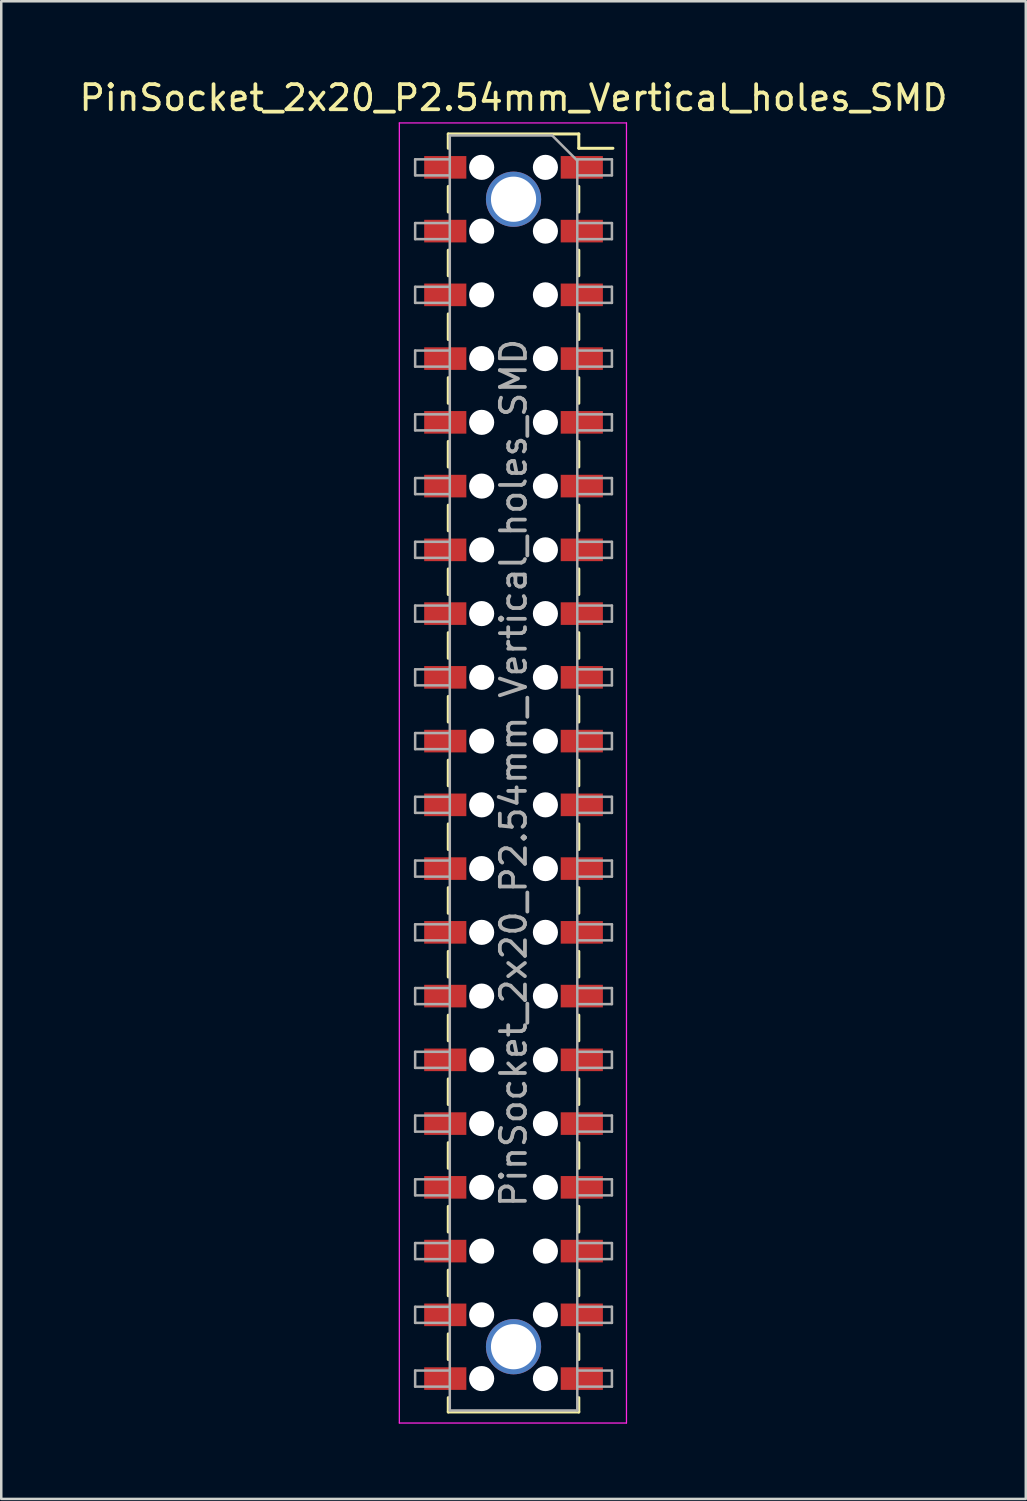
<source format=kicad_pcb>
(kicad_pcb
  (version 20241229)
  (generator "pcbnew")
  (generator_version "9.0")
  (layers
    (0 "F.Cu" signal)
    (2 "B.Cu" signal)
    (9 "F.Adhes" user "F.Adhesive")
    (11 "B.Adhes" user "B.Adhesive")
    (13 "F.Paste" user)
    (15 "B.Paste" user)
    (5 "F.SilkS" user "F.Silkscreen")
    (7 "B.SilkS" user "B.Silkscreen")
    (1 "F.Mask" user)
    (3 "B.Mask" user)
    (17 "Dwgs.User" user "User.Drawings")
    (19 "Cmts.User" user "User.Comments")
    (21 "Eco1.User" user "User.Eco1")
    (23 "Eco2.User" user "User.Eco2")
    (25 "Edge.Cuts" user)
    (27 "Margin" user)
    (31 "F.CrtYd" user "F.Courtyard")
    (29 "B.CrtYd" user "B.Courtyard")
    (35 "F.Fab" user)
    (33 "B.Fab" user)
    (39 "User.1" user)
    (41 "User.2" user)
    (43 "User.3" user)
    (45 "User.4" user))
  (footprint "PinSocket_2x20_P2.54mm_Vertical_holes_SMD"
    (layer "F.Cu")
    (at 17.411 27.748)
    (property "Reference" "PinSocket_2x20_P2.54mm_Vertical_holes_SMD" (at 0 -26.9 0) (layer "F.SilkS") (effects (font (size 1 1) (thickness 0.15))))
    (attr smd)
    (fp_line (start -2.6 -25.46) (end -2.6 -24.89) (stroke (width 0.12) (type solid)) (layer "F.SilkS"))
    (fp_line (start -2.6 -25.46) (end 2.6 -25.46) (stroke (width 0.12) (type solid)) (layer "F.SilkS"))
    (fp_line (start -2.6 -23.37) (end -2.6 -22.35) (stroke (width 0.12) (type solid)) (layer "F.SilkS"))
    (fp_line (start -2.6 -20.83) (end -2.6 -19.81) (stroke (width 0.12) (type solid)) (layer "F.SilkS"))
    (fp_line (start -2.6 -18.29) (end -2.6 -17.27) (stroke (width 0.12) (type solid)) (layer "F.SilkS"))
    (fp_line (start -2.6 -15.75) (end -2.6 -14.73) (stroke (width 0.12) (type solid)) (layer "F.SilkS"))
    (fp_line (start -2.6 -13.21) (end -2.6 -12.19) (stroke (width 0.12) (type solid)) (layer "F.SilkS"))
    (fp_line (start -2.6 -10.67) (end -2.6 -9.65) (stroke (width 0.12) (type solid)) (layer "F.SilkS"))
    (fp_line (start -2.6 -8.13) (end -2.6 -7.11) (stroke (width 0.12) (type solid)) (layer "F.SilkS"))
    (fp_line (start -2.6 -5.59) (end -2.6 -4.57) (stroke (width 0.12) (type solid)) (layer "F.SilkS"))
    (fp_line (start -2.6 -3.05) (end -2.6 -2.03) (stroke (width 0.12) (type solid)) (layer "F.SilkS"))
    (fp_line (start -2.6 -0.51) (end -2.6 0.51) (stroke (width 0.12) (type solid)) (layer "F.SilkS"))
    (fp_line (start -2.6 2.03) (end -2.6 3.05) (stroke (width 0.12) (type solid)) (layer "F.SilkS"))
    (fp_line (start -2.6 4.57) (end -2.6 5.59) (stroke (width 0.12) (type solid)) (layer "F.SilkS"))
    (fp_line (start -2.6 7.11) (end -2.6 8.13) (stroke (width 0.12) (type solid)) (layer "F.SilkS"))
    (fp_line (start -2.6 9.65) (end -2.6 10.67) (stroke (width 0.12) (type solid)) (layer "F.SilkS"))
    (fp_line (start -2.6 12.19) (end -2.6 13.21) (stroke (width 0.12) (type solid)) (layer "F.SilkS"))
    (fp_line (start -2.6 14.73) (end -2.6 15.75) (stroke (width 0.12) (type solid)) (layer "F.SilkS"))
    (fp_line (start -2.6 17.27) (end -2.6 18.29) (stroke (width 0.12) (type solid)) (layer "F.SilkS"))
    (fp_line (start -2.6 19.81) (end -2.6 20.83) (stroke (width 0.12) (type solid)) (layer "F.SilkS"))
    (fp_line (start -2.6 22.35) (end -2.6 23.37) (stroke (width 0.12) (type solid)) (layer "F.SilkS"))
    (fp_line (start -2.6 24.89) (end -2.6 25.46) (stroke (width 0.12) (type solid)) (layer "F.SilkS"))
    (fp_line (start -2.6 25.46) (end 2.6 25.46) (stroke (width 0.12) (type solid)) (layer "F.SilkS"))
    (fp_line (start 2.6 -25.46) (end 2.6 -24.89) (stroke (width 0.12) (type solid)) (layer "F.SilkS"))
    (fp_line (start 2.6 -24.89) (end 3.96 -24.89) (stroke (width 0.12) (type solid)) (layer "F.SilkS"))
    (fp_line (start 2.6 -23.37) (end 2.6 -22.35) (stroke (width 0.12) (type solid)) (layer "F.SilkS"))
    (fp_line (start 2.6 -20.83) (end 2.6 -19.81) (stroke (width 0.12) (type solid)) (layer "F.SilkS"))
    (fp_line (start 2.6 -18.29) (end 2.6 -17.27) (stroke (width 0.12) (type solid)) (layer "F.SilkS"))
    (fp_line (start 2.6 -15.75) (end 2.6 -14.73) (stroke (width 0.12) (type solid)) (layer "F.SilkS"))
    (fp_line (start 2.6 -13.21) (end 2.6 -12.19) (stroke (width 0.12) (type solid)) (layer "F.SilkS"))
    (fp_line (start 2.6 -10.67) (end 2.6 -9.65) (stroke (width 0.12) (type solid)) (layer "F.SilkS"))
    (fp_line (start 2.6 -8.13) (end 2.6 -7.11) (stroke (width 0.12) (type solid)) (layer "F.SilkS"))
    (fp_line (start 2.6 -5.59) (end 2.6 -4.57) (stroke (width 0.12) (type solid)) (layer "F.SilkS"))
    (fp_line (start 2.6 -3.05) (end 2.6 -2.03) (stroke (width 0.12) (type solid)) (layer "F.SilkS"))
    (fp_line (start 2.6 -0.51) (end 2.6 0.51) (stroke (width 0.12) (type solid)) (layer "F.SilkS"))
    (fp_line (start 2.6 2.03) (end 2.6 3.05) (stroke (width 0.12) (type solid)) (layer "F.SilkS"))
    (fp_line (start 2.6 4.57) (end 2.6 5.59) (stroke (width 0.12) (type solid)) (layer "F.SilkS"))
    (fp_line (start 2.6 7.11) (end 2.6 8.13) (stroke (width 0.12) (type solid)) (layer "F.SilkS"))
    (fp_line (start 2.6 9.65) (end 2.6 10.67) (stroke (width 0.12) (type solid)) (layer "F.SilkS"))
    (fp_line (start 2.6 12.19) (end 2.6 13.21) (stroke (width 0.12) (type solid)) (layer "F.SilkS"))
    (fp_line (start 2.6 14.73) (end 2.6 15.75) (stroke (width 0.12) (type solid)) (layer "F.SilkS"))
    (fp_line (start 2.6 17.27) (end 2.6 18.29) (stroke (width 0.12) (type solid)) (layer "F.SilkS"))
    (fp_line (start 2.6 19.81) (end 2.6 20.83) (stroke (width 0.12) (type solid)) (layer "F.SilkS"))
    (fp_line (start 2.6 22.35) (end 2.6 23.37) (stroke (width 0.12) (type solid)) (layer "F.SilkS"))
    (fp_line (start 2.6 24.89) (end 2.6 25.46) (stroke (width 0.12) (type solid)) (layer "F.SilkS"))
    (fp_line (start -4.55 -25.9) (end 4.5 -25.9) (stroke (width 0.05) (type solid)) (layer "F.CrtYd"))
    (fp_line (start -4.55 25.9) (end -4.55 -25.9) (stroke (width 0.05) (type solid)) (layer "F.CrtYd"))
    (fp_line (start 4.5 -25.9) (end 4.5 25.9) (stroke (width 0.05) (type solid)) (layer "F.CrtYd"))
    (fp_line (start 4.5 25.9) (end -4.55 25.9) (stroke (width 0.05) (type solid)) (layer "F.CrtYd"))
    (fp_line (start -3.92 -24.45) (end -2.54 -24.45) (stroke (width 0.1) (type solid)) (layer "F.Fab"))
    (fp_line (start -3.92 -23.81) (end -3.92 -24.45) (stroke (width 0.1) (type solid)) (layer "F.Fab"))
    (fp_line (start -3.92 -21.91) (end -2.54 -21.91) (stroke (width 0.1) (type solid)) (layer "F.Fab"))
    (fp_line (start -3.92 -21.27) (end -3.92 -21.91) (stroke (width 0.1) (type solid)) (layer "F.Fab"))
    (fp_line (start -3.92 -19.37) (end -2.54 -19.37) (stroke (width 0.1) (type solid)) (layer "F.Fab"))
    (fp_line (start -3.92 -18.73) (end -3.92 -19.37) (stroke (width 0.1) (type solid)) (layer "F.Fab"))
    (fp_line (start -3.92 -16.83) (end -2.54 -16.83) (stroke (width 0.1) (type solid)) (layer "F.Fab"))
    (fp_line (start -3.92 -16.19) (end -3.92 -16.83) (stroke (width 0.1) (type solid)) (layer "F.Fab"))
    (fp_line (start -3.92 -14.29) (end -2.54 -14.29) (stroke (width 0.1) (type solid)) (layer "F.Fab"))
    (fp_line (start -3.92 -13.65) (end -3.92 -14.29) (stroke (width 0.1) (type solid)) (layer "F.Fab"))
    (fp_line (start -3.92 -11.75) (end -2.54 -11.75) (stroke (width 0.1) (type solid)) (layer "F.Fab"))
    (fp_line (start -3.92 -11.11) (end -3.92 -11.75) (stroke (width 0.1) (type solid)) (layer "F.Fab"))
    (fp_line (start -3.92 -9.21) (end -2.54 -9.21) (stroke (width 0.1) (type solid)) (layer "F.Fab"))
    (fp_line (start -3.92 -8.57) (end -3.92 -9.21) (stroke (width 0.1) (type solid)) (layer "F.Fab"))
    (fp_line (start -3.92 -6.67) (end -2.54 -6.67) (stroke (width 0.1) (type solid)) (layer "F.Fab"))
    (fp_line (start -3.92 -6.03) (end -3.92 -6.67) (stroke (width 0.1) (type solid)) (layer "F.Fab"))
    (fp_line (start -3.92 -4.13) (end -2.54 -4.13) (stroke (width 0.1) (type solid)) (layer "F.Fab"))
    (fp_line (start -3.92 -3.49) (end -3.92 -4.13) (stroke (width 0.1) (type solid)) (layer "F.Fab"))
    (fp_line (start -3.92 -1.59) (end -2.54 -1.59) (stroke (width 0.1) (type solid)) (layer "F.Fab"))
    (fp_line (start -3.92 -0.95) (end -3.92 -1.59) (stroke (width 0.1) (type solid)) (layer "F.Fab"))
    (fp_line (start -3.92 0.95) (end -2.54 0.95) (stroke (width 0.1) (type solid)) (layer "F.Fab"))
    (fp_line (start -3.92 1.59) (end -3.92 0.95) (stroke (width 0.1) (type solid)) (layer "F.Fab"))
    (fp_line (start -3.92 3.49) (end -2.54 3.49) (stroke (width 0.1) (type solid)) (layer "F.Fab"))
    (fp_line (start -3.92 4.13) (end -3.92 3.49) (stroke (width 0.1) (type solid)) (layer "F.Fab"))
    (fp_line (start -3.92 6.03) (end -2.54 6.03) (stroke (width 0.1) (type solid)) (layer "F.Fab"))
    (fp_line (start -3.92 6.67) (end -3.92 6.03) (stroke (width 0.1) (type solid)) (layer "F.Fab"))
    (fp_line (start -3.92 8.57) (end -2.54 8.57) (stroke (width 0.1) (type solid)) (layer "F.Fab"))
    (fp_line (start -3.92 9.21) (end -3.92 8.57) (stroke (width 0.1) (type solid)) (layer "F.Fab"))
    (fp_line (start -3.92 11.11) (end -2.54 11.11) (stroke (width 0.1) (type solid)) (layer "F.Fab"))
    (fp_line (start -3.92 11.75) (end -3.92 11.11) (stroke (width 0.1) (type solid)) (layer "F.Fab"))
    (fp_line (start -3.92 13.65) (end -2.54 13.65) (stroke (width 0.1) (type solid)) (layer "F.Fab"))
    (fp_line (start -3.92 14.29) (end -3.92 13.65) (stroke (width 0.1) (type solid)) (layer "F.Fab"))
    (fp_line (start -3.92 16.19) (end -2.54 16.19) (stroke (width 0.1) (type solid)) (layer "F.Fab"))
    (fp_line (start -3.92 16.83) (end -3.92 16.19) (stroke (width 0.1) (type solid)) (layer "F.Fab"))
    (fp_line (start -3.92 18.73) (end -2.54 18.73) (stroke (width 0.1) (type solid)) (layer "F.Fab"))
    (fp_line (start -3.92 19.37) (end -3.92 18.73) (stroke (width 0.1) (type solid)) (layer "F.Fab"))
    (fp_line (start -3.92 21.27) (end -2.54 21.27) (stroke (width 0.1) (type solid)) (layer "F.Fab"))
    (fp_line (start -3.92 21.91) (end -3.92 21.27) (stroke (width 0.1) (type solid)) (layer "F.Fab"))
    (fp_line (start -3.92 23.81) (end -2.54 23.81) (stroke (width 0.1) (type solid)) (layer "F.Fab"))
    (fp_line (start -3.92 24.45) (end -3.92 23.81) (stroke (width 0.1) (type solid)) (layer "F.Fab"))
    (fp_line (start -2.54 -25.4) (end 1.54 -25.4) (stroke (width 0.1) (type solid)) (layer "F.Fab"))
    (fp_line (start -2.54 -23.81) (end -3.92 -23.81) (stroke (width 0.1) (type solid)) (layer "F.Fab"))
    (fp_line (start -2.54 -21.27) (end -3.92 -21.27) (stroke (width 0.1) (type solid)) (layer "F.Fab"))
    (fp_line (start -2.54 -18.73) (end -3.92 -18.73) (stroke (width 0.1) (type solid)) (layer "F.Fab"))
    (fp_line (start -2.54 -16.19) (end -3.92 -16.19) (stroke (width 0.1) (type solid)) (layer "F.Fab"))
    (fp_line (start -2.54 -13.65) (end -3.92 -13.65) (stroke (width 0.1) (type solid)) (layer "F.Fab"))
    (fp_line (start -2.54 -11.11) (end -3.92 -11.11) (stroke (width 0.1) (type solid)) (layer "F.Fab"))
    (fp_line (start -2.54 -8.57) (end -3.92 -8.57) (stroke (width 0.1) (type solid)) (layer "F.Fab"))
    (fp_line (start -2.54 -6.03) (end -3.92 -6.03) (stroke (width 0.1) (type solid)) (layer "F.Fab"))
    (fp_line (start -2.54 -3.49) (end -3.92 -3.49) (stroke (width 0.1) (type solid)) (layer "F.Fab"))
    (fp_line (start -2.54 -0.95) (end -3.92 -0.95) (stroke (width 0.1) (type solid)) (layer "F.Fab"))
    (fp_line (start -2.54 1.59) (end -3.92 1.59) (stroke (width 0.1) (type solid)) (layer "F.Fab"))
    (fp_line (start -2.54 4.13) (end -3.92 4.13) (stroke (width 0.1) (type solid)) (layer "F.Fab"))
    (fp_line (start -2.54 6.67) (end -3.92 6.67) (stroke (width 0.1) (type solid)) (layer "F.Fab"))
    (fp_line (start -2.54 9.21) (end -3.92 9.21) (stroke (width 0.1) (type solid)) (layer "F.Fab"))
    (fp_line (start -2.54 11.75) (end -3.92 11.75) (stroke (width 0.1) (type solid)) (layer "F.Fab"))
    (fp_line (start -2.54 14.29) (end -3.92 14.29) (stroke (width 0.1) (type solid)) (layer "F.Fab"))
    (fp_line (start -2.54 16.83) (end -3.92 16.83) (stroke (width 0.1) (type solid)) (layer "F.Fab"))
    (fp_line (start -2.54 19.37) (end -3.92 19.37) (stroke (width 0.1) (type solid)) (layer "F.Fab"))
    (fp_line (start -2.54 21.91) (end -3.92 21.91) (stroke (width 0.1) (type solid)) (layer "F.Fab"))
    (fp_line (start -2.54 24.45) (end -3.92 24.45) (stroke (width 0.1) (type solid)) (layer "F.Fab"))
    (fp_line (start -2.54 25.4) (end -2.54 -25.4) (stroke (width 0.1) (type solid)) (layer "F.Fab"))
    (fp_line (start 1.54 -25.4) (end 2.54 -24.4) (stroke (width 0.1) (type solid)) (layer "F.Fab"))
    (fp_line (start 2.54 -24.45) (end 3.92 -24.45) (stroke (width 0.1) (type solid)) (layer "F.Fab"))
    (fp_line (start 2.54 -24.4) (end 2.54 25.4) (stroke (width 0.1) (type solid)) (layer "F.Fab"))
    (fp_line (start 2.54 -21.91) (end 3.92 -21.91) (stroke (width 0.1) (type solid)) (layer "F.Fab"))
    (fp_line (start 2.54 -19.37) (end 3.92 -19.37) (stroke (width 0.1) (type solid)) (layer "F.Fab"))
    (fp_line (start 2.54 -16.83) (end 3.92 -16.83) (stroke (width 0.1) (type solid)) (layer "F.Fab"))
    (fp_line (start 2.54 -14.29) (end 3.92 -14.29) (stroke (width 0.1) (type solid)) (layer "F.Fab"))
    (fp_line (start 2.54 -11.75) (end 3.92 -11.75) (stroke (width 0.1) (type solid)) (layer "F.Fab"))
    (fp_line (start 2.54 -9.21) (end 3.92 -9.21) (stroke (width 0.1) (type solid)) (layer "F.Fab"))
    (fp_line (start 2.54 -6.67) (end 3.92 -6.67) (stroke (width 0.1) (type solid)) (layer "F.Fab"))
    (fp_line (start 2.54 -4.13) (end 3.92 -4.13) (stroke (width 0.1) (type solid)) (layer "F.Fab"))
    (fp_line (start 2.54 -1.59) (end 3.92 -1.59) (stroke (width 0.1) (type solid)) (layer "F.Fab"))
    (fp_line (start 2.54 0.95) (end 3.92 0.95) (stroke (width 0.1) (type solid)) (layer "F.Fab"))
    (fp_line (start 2.54 3.49) (end 3.92 3.49) (stroke (width 0.1) (type solid)) (layer "F.Fab"))
    (fp_line (start 2.54 6.03) (end 3.92 6.03) (stroke (width 0.1) (type solid)) (layer "F.Fab"))
    (fp_line (start 2.54 8.57) (end 3.92 8.57) (stroke (width 0.1) (type solid)) (layer "F.Fab"))
    (fp_line (start 2.54 11.11) (end 3.92 11.11) (stroke (width 0.1) (type solid)) (layer "F.Fab"))
    (fp_line (start 2.54 13.65) (end 3.92 13.65) (stroke (width 0.1) (type solid)) (layer "F.Fab"))
    (fp_line (start 2.54 16.19) (end 3.92 16.19) (stroke (width 0.1) (type solid)) (layer "F.Fab"))
    (fp_line (start 2.54 18.73) (end 3.92 18.73) (stroke (width 0.1) (type solid)) (layer "F.Fab"))
    (fp_line (start 2.54 21.27) (end 3.92 21.27) (stroke (width 0.1) (type solid)) (layer "F.Fab"))
    (fp_line (start 2.54 23.81) (end 3.92 23.81) (stroke (width 0.1) (type solid)) (layer "F.Fab"))
    (fp_line (start 2.54 25.4) (end -2.54 25.4) (stroke (width 0.1) (type solid)) (layer "F.Fab"))
    (fp_line (start 3.92 -24.45) (end 3.92 -23.81) (stroke (width 0.1) (type solid)) (layer "F.Fab"))
    (fp_line (start 3.92 -23.81) (end 2.54 -23.81) (stroke (width 0.1) (type solid)) (layer "F.Fab"))
    (fp_line (start 3.92 -21.91) (end 3.92 -21.27) (stroke (width 0.1) (type solid)) (layer "F.Fab"))
    (fp_line (start 3.92 -21.27) (end 2.54 -21.27) (stroke (width 0.1) (type solid)) (layer "F.Fab"))
    (fp_line (start 3.92 -19.37) (end 3.92 -18.73) (stroke (width 0.1) (type solid)) (layer "F.Fab"))
    (fp_line (start 3.92 -18.73) (end 2.54 -18.73) (stroke (width 0.1) (type solid)) (layer "F.Fab"))
    (fp_line (start 3.92 -16.83) (end 3.92 -16.19) (stroke (width 0.1) (type solid)) (layer "F.Fab"))
    (fp_line (start 3.92 -16.19) (end 2.54 -16.19) (stroke (width 0.1) (type solid)) (layer "F.Fab"))
    (fp_line (start 3.92 -14.29) (end 3.92 -13.65) (stroke (width 0.1) (type solid)) (layer "F.Fab"))
    (fp_line (start 3.92 -13.65) (end 2.54 -13.65) (stroke (width 0.1) (type solid)) (layer "F.Fab"))
    (fp_line (start 3.92 -11.75) (end 3.92 -11.11) (stroke (width 0.1) (type solid)) (layer "F.Fab"))
    (fp_line (start 3.92 -11.11) (end 2.54 -11.11) (stroke (width 0.1) (type solid)) (layer "F.Fab"))
    (fp_line (start 3.92 -9.21) (end 3.92 -8.57) (stroke (width 0.1) (type solid)) (layer "F.Fab"))
    (fp_line (start 3.92 -8.57) (end 2.54 -8.57) (stroke (width 0.1) (type solid)) (layer "F.Fab"))
    (fp_line (start 3.92 -6.67) (end 3.92 -6.03) (stroke (width 0.1) (type solid)) (layer "F.Fab"))
    (fp_line (start 3.92 -6.03) (end 2.54 -6.03) (stroke (width 0.1) (type solid)) (layer "F.Fab"))
    (fp_line (start 3.92 -4.13) (end 3.92 -3.49) (stroke (width 0.1) (type solid)) (layer "F.Fab"))
    (fp_line (start 3.92 -3.49) (end 2.54 -3.49) (stroke (width 0.1) (type solid)) (layer "F.Fab"))
    (fp_line (start 3.92 -1.59) (end 3.92 -0.95) (stroke (width 0.1) (type solid)) (layer "F.Fab"))
    (fp_line (start 3.92 -0.95) (end 2.54 -0.95) (stroke (width 0.1) (type solid)) (layer "F.Fab"))
    (fp_line (start 3.92 0.95) (end 3.92 1.59) (stroke (width 0.1) (type solid)) (layer "F.Fab"))
    (fp_line (start 3.92 1.59) (end 2.54 1.59) (stroke (width 0.1) (type solid)) (layer "F.Fab"))
    (fp_line (start 3.92 3.49) (end 3.92 4.13) (stroke (width 0.1) (type solid)) (layer "F.Fab"))
    (fp_line (start 3.92 4.13) (end 2.54 4.13) (stroke (width 0.1) (type solid)) (layer "F.Fab"))
    (fp_line (start 3.92 6.03) (end 3.92 6.67) (stroke (width 0.1) (type solid)) (layer "F.Fab"))
    (fp_line (start 3.92 6.67) (end 2.54 6.67) (stroke (width 0.1) (type solid)) (layer "F.Fab"))
    (fp_line (start 3.92 8.57) (end 3.92 9.21) (stroke (width 0.1) (type solid)) (layer "F.Fab"))
    (fp_line (start 3.92 9.21) (end 2.54 9.21) (stroke (width 0.1) (type solid)) (layer "F.Fab"))
    (fp_line (start 3.92 11.11) (end 3.92 11.75) (stroke (width 0.1) (type solid)) (layer "F.Fab"))
    (fp_line (start 3.92 11.75) (end 2.54 11.75) (stroke (width 0.1) (type solid)) (layer "F.Fab"))
    (fp_line (start 3.92 13.65) (end 3.92 14.29) (stroke (width 0.1) (type solid)) (layer "F.Fab"))
    (fp_line (start 3.92 14.29) (end 2.54 14.29) (stroke (width 0.1) (type solid)) (layer "F.Fab"))
    (fp_line (start 3.92 16.19) (end 3.92 16.83) (stroke (width 0.1) (type solid)) (layer "F.Fab"))
    (fp_line (start 3.92 16.83) (end 2.54 16.83) (stroke (width 0.1) (type solid)) (layer "F.Fab"))
    (fp_line (start 3.92 18.73) (end 3.92 19.37) (stroke (width 0.1) (type solid)) (layer "F.Fab"))
    (fp_line (start 3.92 19.37) (end 2.54 19.37) (stroke (width 0.1) (type solid)) (layer "F.Fab"))
    (fp_line (start 3.92 21.27) (end 3.92 21.91) (stroke (width 0.1) (type solid)) (layer "F.Fab"))
    (fp_line (start 3.92 21.91) (end 2.54 21.91) (stroke (width 0.1) (type solid)) (layer "F.Fab"))
    (fp_line (start 3.92 23.81) (end 3.92 24.45) (stroke (width 0.1) (type solid)) (layer "F.Fab"))
    (fp_line (start 3.92 24.45) (end 2.54 24.45) (stroke (width 0.1) (type solid)) (layer "F.Fab"))
    (fp_text user "${REFERENCE}" (at 0 0 90) (layer "F.Fab") (effects (font (size 1 1) (thickness 0.15))))
    (pad "" np_thru_hole circle (at -1.27 -24.13 180) (size 1 1) (drill 1) (layers "*.Cu" "*.Mask"))
    (pad "" np_thru_hole circle (at -1.27 -21.59 180) (size 1 1) (drill 1) (layers "*.Cu" "*.Mask"))
    (pad "" np_thru_hole circle (at -1.27 -19.05 180) (size 1 1) (drill 1) (layers "*.Cu" "*.Mask"))
    (pad "" np_thru_hole circle (at -1.27 -16.51 180) (size 1 1) (drill 1) (layers "*.Cu" "*.Mask"))
    (pad "" np_thru_hole circle (at -1.27 -13.97 180) (size 1 1) (drill 1) (layers "*.Cu" "*.Mask"))
    (pad "" np_thru_hole circle (at -1.27 -11.43 180) (size 1 1) (drill 1) (layers "*.Cu" "*.Mask"))
    (pad "" np_thru_hole circle (at -1.27 -8.89 180) (size 1 1) (drill 1) (layers "*.Cu" "*.Mask"))
    (pad "" np_thru_hole circle (at -1.27 -6.35 180) (size 1 1) (drill 1) (layers "*.Cu" "*.Mask"))
    (pad "" np_thru_hole circle (at -1.27 -3.81 180) (size 1 1) (drill 1) (layers "*.Cu" "*.Mask"))
    (pad "" np_thru_hole circle (at -1.27 -1.27 180) (size 1 1) (drill 1) (layers "*.Cu" "*.Mask"))
    (pad "" np_thru_hole circle (at -1.27 1.27 180) (size 1 1) (drill 1) (layers "*.Cu" "*.Mask"))
    (pad "" np_thru_hole circle (at -1.27 3.81 180) (size 1 1) (drill 1) (layers "*.Cu" "*.Mask"))
    (pad "" np_thru_hole circle (at -1.27 6.35 180) (size 1 1) (drill 1) (layers "*.Cu" "*.Mask"))
    (pad "" np_thru_hole circle (at -1.27 8.89 180) (size 1 1) (drill 1) (layers "*.Cu" "*.Mask"))
    (pad "" np_thru_hole circle (at -1.27 11.43 180) (size 1 1) (drill 1) (layers "*.Cu" "*.Mask"))
    (pad "" np_thru_hole circle (at -1.27 13.97 180) (size 1 1) (drill 1) (layers "*.Cu" "*.Mask"))
    (pad "" np_thru_hole circle (at -1.27 16.51 180) (size 1 1) (drill 1) (layers "*.Cu" "*.Mask"))
    (pad "" np_thru_hole circle (at -1.27 19.05 180) (size 1 1) (drill 1) (layers "*.Cu" "*.Mask"))
    (pad "" np_thru_hole circle (at -1.27 21.59 180) (size 1 1) (drill 1) (layers "*.Cu" "*.Mask"))
    (pad "" np_thru_hole circle (at -1.27 24.13 180) (size 1 1) (drill 1) (layers "*.Cu" "*.Mask"))
    (pad "" np_thru_hole circle (at 1.27 -24.13) (size 1 1) (drill 1) (layers "*.Cu" "*.Mask"))
    (pad "" np_thru_hole circle (at 1.27 -21.59) (size 1 1) (drill 1) (layers "*.Cu" "*.Mask"))
    (pad "" np_thru_hole circle (at 1.27 -19.05) (size 1 1) (drill 1) (layers "*.Cu" "*.Mask"))
    (pad "" np_thru_hole circle (at 1.27 -16.51) (size 1 1) (drill 1) (layers "*.Cu" "*.Mask"))
    (pad "" np_thru_hole circle (at 1.27 -13.97) (size 1 1) (drill 1) (layers "*.Cu" "*.Mask"))
    (pad "" np_thru_hole circle (at 1.27 -11.43) (size 1 1) (drill 1) (layers "*.Cu" "*.Mask"))
    (pad "" np_thru_hole circle (at 1.27 -8.89) (size 1 1) (drill 1) (layers "*.Cu" "*.Mask"))
    (pad "" np_thru_hole circle (at 1.27 -6.35) (size 1 1) (drill 1) (layers "*.Cu" "*.Mask"))
    (pad "" np_thru_hole circle (at 1.27 -3.81) (size 1 1) (drill 1) (layers "*.Cu" "*.Mask"))
    (pad "" np_thru_hole circle (at 1.27 -1.27) (size 1 1) (drill 1) (layers "*.Cu" "*.Mask"))
    (pad "" np_thru_hole circle (at 1.27 1.27) (size 1 1) (drill 1) (layers "*.Cu" "*.Mask"))
    (pad "" np_thru_hole circle (at 1.27 3.81) (size 1 1) (drill 1) (layers "*.Cu" "*.Mask"))
    (pad "" np_thru_hole circle (at 1.27 6.35) (size 1 1) (drill 1) (layers "*.Cu" "*.Mask"))
    (pad "" np_thru_hole circle (at 1.27 8.89) (size 1 1) (drill 1) (layers "*.Cu" "*.Mask"))
    (pad "" np_thru_hole circle (at 1.27 11.43) (size 1 1) (drill 1) (layers "*.Cu" "*.Mask"))
    (pad "" np_thru_hole circle (at 1.27 13.97) (size 1 1) (drill 1) (layers "*.Cu" "*.Mask"))
    (pad "" np_thru_hole circle (at 1.27 16.51) (size 1 1) (drill 1) (layers "*.Cu" "*.Mask"))
    (pad "" np_thru_hole circle (at 1.27 19.05) (size 1 1) (drill 1) (layers "*.Cu" "*.Mask"))
    (pad "" np_thru_hole circle (at 1.27 21.59) (size 1 1) (drill 1) (layers "*.Cu" "*.Mask"))
    (pad "" np_thru_hole circle (at 1.27 24.13) (size 1 1) (drill 1) (layers "*.Cu" "*.Mask"))
    (pad "1" smd rect (at -2.72 -24.13 180) (size 1.68 0.9) (layers "F.Cu" "F.Mask" "F.Paste"))
    (pad "2" smd rect (at 2.72 -24.13 180) (size 1.68 0.9) (layers "F.Cu" "F.Mask" "F.Paste"))
    (pad "3" smd rect (at -2.72 -21.59 180) (size 1.68 0.9) (layers "F.Cu" "F.Mask" "F.Paste"))
    (pad "4" smd rect (at 2.72 -21.59 180) (size 1.68 0.9) (layers "F.Cu" "F.Mask" "F.Paste"))
    (pad "5" smd rect (at -2.72 -19.05 180) (size 1.68 0.9) (layers "F.Cu" "F.Mask" "F.Paste"))
    (pad "6" smd rect (at 2.72 -19.05 180) (size 1.68 0.9) (layers "F.Cu" "F.Mask" "F.Paste"))
    (pad "7" smd rect (at -2.72 -16.51 180) (size 1.68 0.9) (layers "F.Cu" "F.Mask" "F.Paste"))
    (pad "8" smd rect (at 2.72 -16.51 180) (size 1.68 0.9) (layers "F.Cu" "F.Mask" "F.Paste"))
    (pad "9" smd rect (at -2.72 -13.97 180) (size 1.68 0.9) (layers "F.Cu" "F.Mask" "F.Paste"))
    (pad "10" smd rect (at 2.72 -13.97 180) (size 1.68 0.9) (layers "F.Cu" "F.Mask" "F.Paste"))
    (pad "11" smd rect (at -2.72 -11.43 180) (size 1.68 0.9) (layers "F.Cu" "F.Mask" "F.Paste"))
    (pad "12" smd rect (at 2.72 -11.43 180) (size 1.68 0.9) (layers "F.Cu" "F.Mask" "F.Paste"))
    (pad "13" smd rect (at -2.72 -8.89 180) (size 1.68 0.9) (layers "F.Cu" "F.Mask" "F.Paste"))
    (pad "14" smd rect (at 2.72 -8.89 180) (size 1.68 0.9) (layers "F.Cu" "F.Mask" "F.Paste"))
    (pad "15" smd rect (at -2.72 -6.35 180) (size 1.68 0.9) (layers "F.Cu" "F.Mask" "F.Paste"))
    (pad "16" smd rect (at 2.72 -6.35 180) (size 1.68 0.9) (layers "F.Cu" "F.Mask" "F.Paste"))
    (pad "17" smd rect (at -2.72 -3.81 180) (size 1.68 0.9) (layers "F.Cu" "F.Mask" "F.Paste"))
    (pad "18" smd rect (at 2.72 -3.81 180) (size 1.68 0.9) (layers "F.Cu" "F.Mask" "F.Paste"))
    (pad "19" smd rect (at -2.72 -1.27 180) (size 1.68 0.9) (layers "F.Cu" "F.Mask" "F.Paste"))
    (pad "20" smd rect (at 2.72 -1.27 180) (size 1.68 0.9) (layers "F.Cu" "F.Mask" "F.Paste"))
    (pad "21" smd rect (at -2.72 1.27 180) (size 1.68 0.9) (layers "F.Cu" "F.Mask" "F.Paste"))
    (pad "22" smd rect (at 2.72 1.27 180) (size 1.68 0.9) (layers "F.Cu" "F.Mask" "F.Paste"))
    (pad "23" smd rect (at -2.72 3.81 180) (size 1.68 0.9) (layers "F.Cu" "F.Mask" "F.Paste"))
    (pad "24" smd rect (at 2.72 3.81 180) (size 1.68 0.9) (layers "F.Cu" "F.Mask" "F.Paste"))
    (pad "25" smd rect (at -2.72 6.35 180) (size 1.68 0.9) (layers "F.Cu" "F.Mask" "F.Paste"))
    (pad "26" smd rect (at 2.72 6.35 180) (size 1.68 0.9) (layers "F.Cu" "F.Mask" "F.Paste"))
    (pad "27" smd rect (at -2.72 8.89 180) (size 1.68 0.9) (layers "F.Cu" "F.Mask" "F.Paste"))
    (pad "28" smd rect (at 2.72 8.89 180) (size 1.68 0.9) (layers "F.Cu" "F.Mask" "F.Paste"))
    (pad "29" smd rect (at -2.72 11.43 180) (size 1.68 0.9) (layers "F.Cu" "F.Mask" "F.Paste"))
    (pad "30" smd rect (at 2.72 11.43 180) (size 1.68 0.9) (layers "F.Cu" "F.Mask" "F.Paste"))
    (pad "31" smd rect (at 2.72 13.97) (size 1.68 0.9) (layers "F.Cu" "F.Mask" "F.Paste"))
    (pad "32" smd rect (at -2.72 13.97) (size 1.68 0.9) (layers "F.Cu" "F.Mask" "F.Paste"))
    (pad "33" smd rect (at -2.72 16.51 180) (size 1.68 0.9) (layers "F.Cu" "F.Mask" "F.Paste"))
    (pad "34" smd rect (at 2.72 16.51 180) (size 1.68 0.9) (layers "F.Cu" "F.Mask" "F.Paste"))
    (pad "35" smd rect (at -2.72 19.05 180) (size 1.68 0.9) (layers "F.Cu" "F.Mask" "F.Paste"))
    (pad "36" smd rect (at 2.72 19.05 180) (size 1.68 0.9) (layers "F.Cu" "F.Mask" "F.Paste"))
    (pad "37" smd rect (at -2.72 21.59 180) (size 1.68 0.9) (layers "F.Cu" "F.Mask" "F.Paste"))
    (pad "38" smd rect (at 2.72 21.59 180) (size 1.68 0.9) (layers "F.Cu" "F.Mask" "F.Paste"))
    (pad "39" smd rect (at -2.72 24.13 180) (size 1.68 0.9) (layers "F.Cu" "F.Mask" "F.Paste"))
    (pad "40" smd rect (at 2.72 24.13 180) (size 1.68 0.9) (layers "F.Cu" "F.Mask" "F.Paste"))
    (pad "MH" thru_hole circle (at 0 -22.86) (size 2.2 2.2) (drill 1.8) (layers "*.Cu" "*.Mask"))
    (pad "MH" thru_hole circle (at 0 22.86) (size 2.2 2.2) (drill 1.8) (layers "*.Cu" "*.Mask")))
  (gr_rect
    (start -3 -3)
    (end 37.821 56.673)
    (stroke (width 0.1) (type default))
    (fill no)
    (layer "Edge.Cuts")))
</source>
